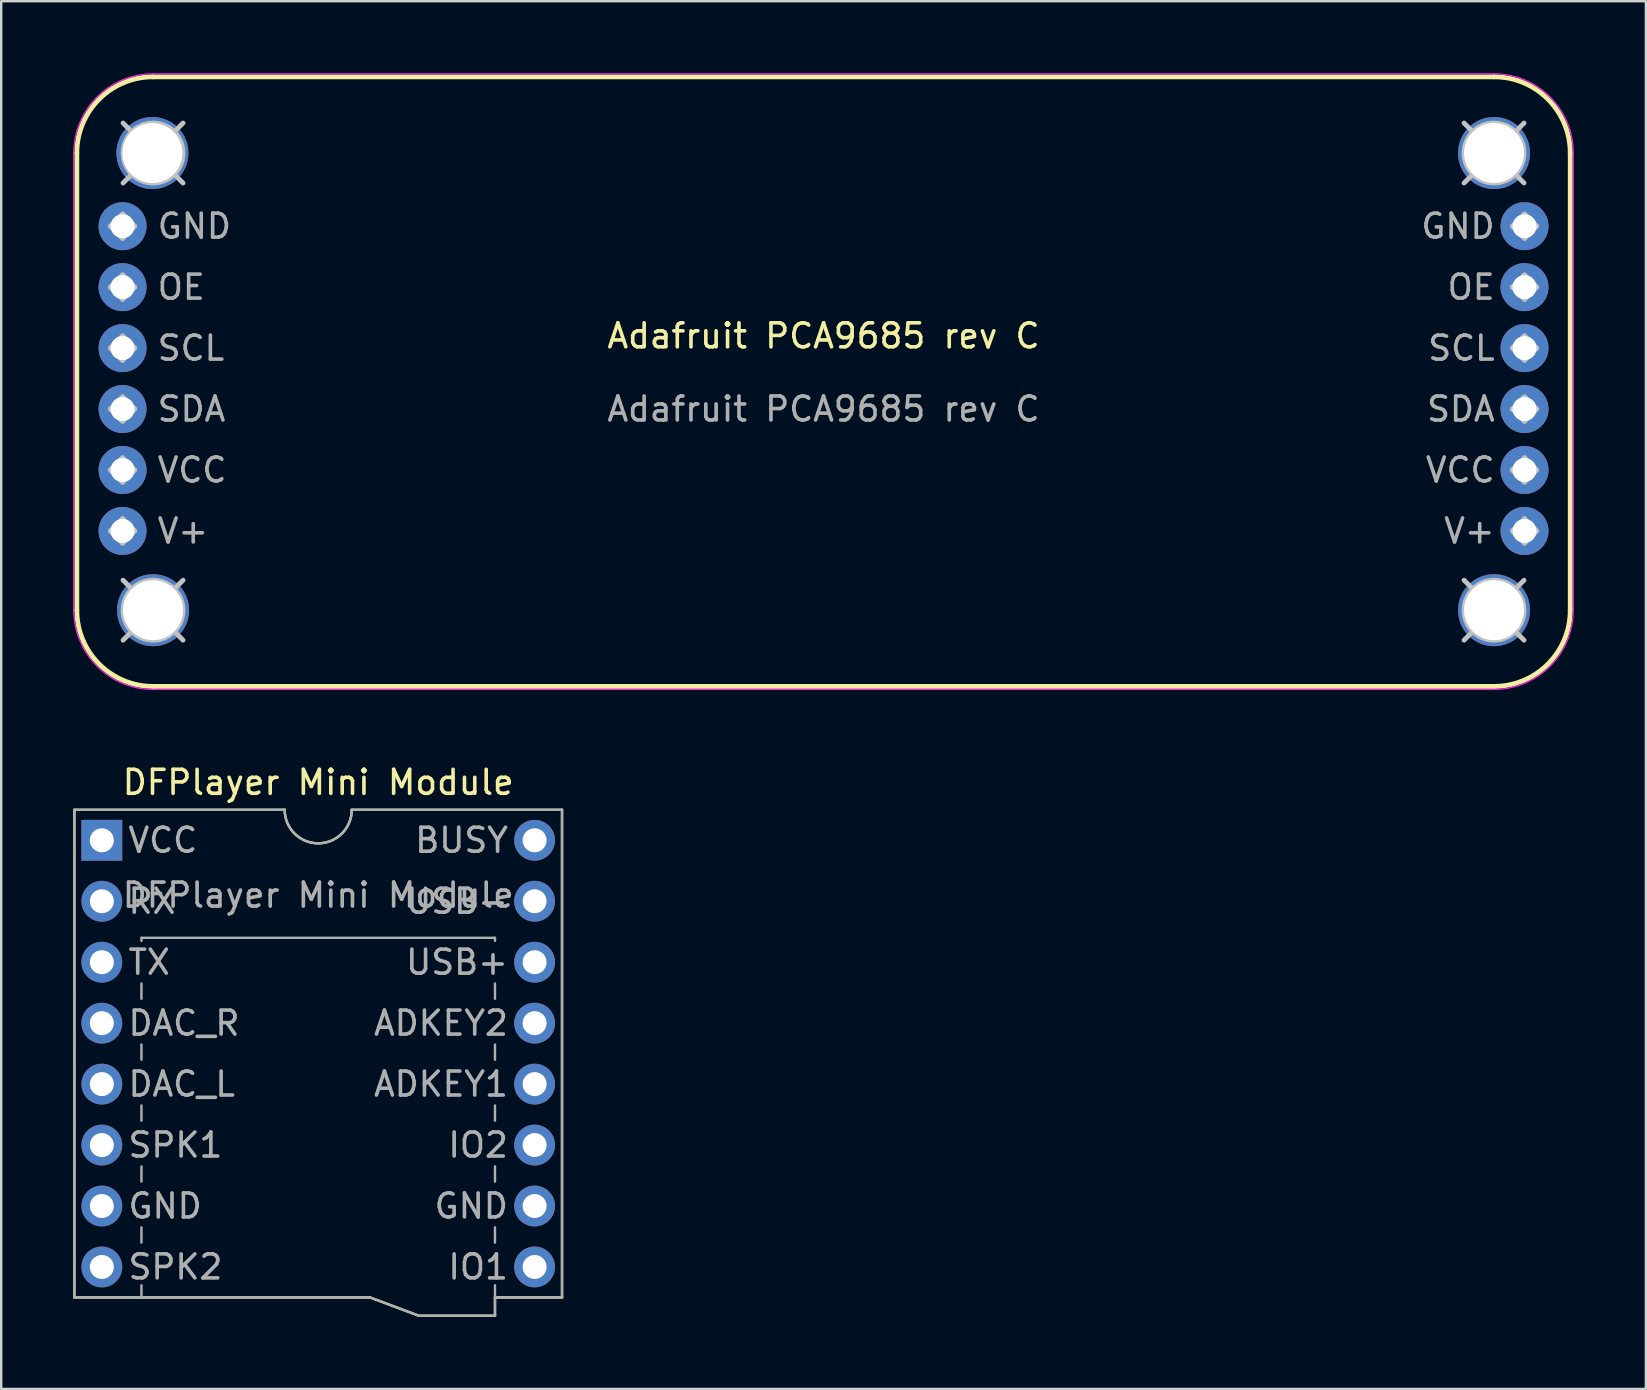
<source format=kicad_pcb>
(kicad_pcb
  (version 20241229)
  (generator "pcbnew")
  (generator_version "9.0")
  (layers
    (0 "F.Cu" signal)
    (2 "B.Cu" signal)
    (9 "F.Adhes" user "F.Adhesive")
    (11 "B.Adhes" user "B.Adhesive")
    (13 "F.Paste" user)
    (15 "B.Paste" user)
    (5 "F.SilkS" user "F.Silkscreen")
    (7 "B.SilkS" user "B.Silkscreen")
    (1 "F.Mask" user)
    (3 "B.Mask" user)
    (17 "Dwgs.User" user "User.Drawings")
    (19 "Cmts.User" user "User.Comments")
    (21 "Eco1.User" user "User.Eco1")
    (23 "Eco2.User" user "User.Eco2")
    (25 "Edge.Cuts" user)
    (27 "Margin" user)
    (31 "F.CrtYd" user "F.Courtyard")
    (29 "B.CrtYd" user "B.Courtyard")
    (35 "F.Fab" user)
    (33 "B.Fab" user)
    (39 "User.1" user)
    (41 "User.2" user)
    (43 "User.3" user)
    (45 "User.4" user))
  (footprint "Adafruit PCA9685 rev C"
    (layer "F.Cu")
    (at 3.327 22.377)
    (property "Reference" "Adafruit PCA9685 rev C" (at 27.94 -11.43 0) (unlocked yes) (layer "F.SilkS") (effects (font (size 1 1) (thickness 0.15))))
    (attr through_hole)
    (fp_line (start -3.175 0) (end -3.175 -19.05) (stroke (width 0.2) (type solid)) (layer "F.SilkS"))
    (fp_line (start 0 -22.225) (end 55.88 -22.225) (stroke (width 0.2) (type solid)) (layer "F.SilkS"))
    (fp_line (start 55.88 3.175) (end 0 3.175) (stroke (width 0.2) (type solid)) (layer "F.SilkS"))
    (fp_line (start 59.055 -19.05) (end 59.055 0) (stroke (width 0.2) (type solid)) (layer "F.SilkS"))
    (fp_arc (start -3.175 -19.0504) (mid -2.245064 -21.295464) (end 0 -22.2254) (stroke (width 0.2) (type solid)) (layer "F.SilkS"))
    (fp_arc (start 0 3.175) (mid -2.245064 2.245064) (end -3.175 0) (stroke (width 0.2) (type solid)) (layer "F.SilkS"))
    (fp_arc (start 55.88 -22.2254) (mid 58.125064 -21.295464) (end 59.055 -19.0504) (stroke (width 0.2) (type solid)) (layer "F.SilkS"))
    (fp_arc (start 59.055 0) (mid 58.125064 2.245064) (end 55.88 3.175) (stroke (width 0.2) (type solid)) (layer "F.SilkS"))
    (fp_line (start -1.778 -16.002) (end -1.27 -15.494) (stroke (width 0.2) (type solid)) (layer "Dwgs.User"))
    (fp_line (start -1.778 -13.462) (end -1.27 -12.954) (stroke (width 0.2) (type solid)) (layer "Dwgs.User"))
    (fp_line (start -1.778 -10.922) (end -1.27 -10.414) (stroke (width 0.2) (type solid)) (layer "Dwgs.User"))
    (fp_line (start -1.778 -8.382) (end -1.27 -7.874) (stroke (width 0.2) (type solid)) (layer "Dwgs.User"))
    (fp_line (start -1.778 -5.842) (end -1.27 -5.334) (stroke (width 0.2) (type solid)) (layer "Dwgs.User"))
    (fp_line (start -1.778 -3.302) (end -1.27 -2.794) (stroke (width 0.2) (type solid)) (layer "Dwgs.User"))
    (fp_line (start -1.27 -16.51) (end -1.778 -16.002) (stroke (width 0.2) (type solid)) (layer "Dwgs.User"))
    (fp_line (start -1.27 -15.494) (end -0.762 -16.002) (stroke (width 0.2) (type solid)) (layer "Dwgs.User"))
    (fp_line (start -1.27 -13.97) (end -1.778 -13.462) (stroke (width 0.2) (type solid)) (layer "Dwgs.User"))
    (fp_line (start -1.27 -12.954) (end -0.762 -13.462) (stroke (width 0.2) (type solid)) (layer "Dwgs.User"))
    (fp_line (start -1.27 -11.43) (end -1.778 -10.922) (stroke (width 0.2) (type solid)) (layer "Dwgs.User"))
    (fp_line (start -1.27 -10.414) (end -0.762 -10.922) (stroke (width 0.2) (type solid)) (layer "Dwgs.User"))
    (fp_line (start -1.27 -8.89) (end -1.778 -8.382) (stroke (width 0.2) (type solid)) (layer "Dwgs.User"))
    (fp_line (start -1.27 -7.874) (end -0.762 -8.382) (stroke (width 0.2) (type solid)) (layer "Dwgs.User"))
    (fp_line (start -1.27 -6.35) (end -1.778 -5.842) (stroke (width 0.2) (type solid)) (layer "Dwgs.User"))
    (fp_line (start -1.27 -5.334) (end -0.762 -5.842) (stroke (width 0.2) (type solid)) (layer "Dwgs.User"))
    (fp_line (start -1.27 -3.81) (end -1.778 -3.302) (stroke (width 0.2) (type solid)) (layer "Dwgs.User"))
    (fp_line (start -1.27 -2.794) (end -0.762 -3.302) (stroke (width 0.2) (type solid)) (layer "Dwgs.User"))
    (fp_line (start -1.25 -20.3) (end 1.25 -17.8) (stroke (width 0.2) (type solid)) (layer "Dwgs.User"))
    (fp_line (start -1.25 -1.25) (end 1.25 1.25) (stroke (width 0.2) (type solid)) (layer "Dwgs.User"))
    (fp_line (start -0.762 -16.002) (end -1.27 -16.51) (stroke (width 0.2) (type solid)) (layer "Dwgs.User"))
    (fp_line (start -0.762 -13.462) (end -1.27 -13.97) (stroke (width 0.2) (type solid)) (layer "Dwgs.User"))
    (fp_line (start -0.762 -10.922) (end -1.27 -11.43) (stroke (width 0.2) (type solid)) (layer "Dwgs.User"))
    (fp_line (start -0.762 -8.382) (end -1.27 -8.89) (stroke (width 0.2) (type solid)) (layer "Dwgs.User"))
    (fp_line (start -0.762 -5.842) (end -1.27 -6.35) (stroke (width 0.2) (type solid)) (layer "Dwgs.User"))
    (fp_line (start -0.762 -3.302) (end -1.27 -3.81) (stroke (width 0.2) (type solid)) (layer "Dwgs.User"))
    (fp_line (start 1.25 -20.3) (end -1.25 -17.8) (stroke (width 0.2) (type solid)) (layer "Dwgs.User"))
    (fp_line (start 1.25 -1.25) (end -1.25 1.25) (stroke (width 0.2) (type solid)) (layer "Dwgs.User"))
    (fp_line (start 54.63 -20.3) (end 57.13 -17.8) (stroke (width 0.2) (type solid)) (layer "Dwgs.User"))
    (fp_line (start 54.63 -1.25) (end 57.13 1.25) (stroke (width 0.2) (type solid)) (layer "Dwgs.User"))
    (fp_line (start 56.642 -16.002) (end 57.15 -15.494) (stroke (width 0.2) (type solid)) (layer "Dwgs.User"))
    (fp_line (start 56.642 -13.462) (end 57.15 -12.954) (stroke (width 0.2) (type solid)) (layer "Dwgs.User"))
    (fp_line (start 56.642 -10.922) (end 57.15 -10.414) (stroke (width 0.2) (type solid)) (layer "Dwgs.User"))
    (fp_line (start 56.642 -8.382) (end 57.15 -7.874) (stroke (width 0.2) (type solid)) (layer "Dwgs.User"))
    (fp_line (start 56.642 -5.842) (end 57.15 -5.334) (stroke (width 0.2) (type solid)) (layer "Dwgs.User"))
    (fp_line (start 56.642 -3.302) (end 57.15 -2.794) (stroke (width 0.2) (type solid)) (layer "Dwgs.User"))
    (fp_line (start 57.13 -20.3) (end 54.63 -17.8) (stroke (width 0.2) (type solid)) (layer "Dwgs.User"))
    (fp_line (start 57.13 -1.25) (end 54.63 1.25) (stroke (width 0.2) (type solid)) (layer "Dwgs.User"))
    (fp_line (start 57.15 -16.51) (end 56.642 -16.002) (stroke (width 0.2) (type solid)) (layer "Dwgs.User"))
    (fp_line (start 57.15 -15.494) (end 57.658 -16.002) (stroke (width 0.2) (type solid)) (layer "Dwgs.User"))
    (fp_line (start 57.15 -13.97) (end 56.642 -13.462) (stroke (width 0.2) (type solid)) (layer "Dwgs.User"))
    (fp_line (start 57.15 -12.954) (end 57.658 -13.462) (stroke (width 0.2) (type solid)) (layer "Dwgs.User"))
    (fp_line (start 57.15 -11.43) (end 56.642 -10.922) (stroke (width 0.2) (type solid)) (layer "Dwgs.User"))
    (fp_line (start 57.15 -10.414) (end 57.658 -10.922) (stroke (width 0.2) (type solid)) (layer "Dwgs.User"))
    (fp_line (start 57.15 -8.89) (end 56.642 -8.382) (stroke (width 0.2) (type solid)) (layer "Dwgs.User"))
    (fp_line (start 57.15 -7.874) (end 57.658 -8.382) (stroke (width 0.2) (type solid)) (layer "Dwgs.User"))
    (fp_line (start 57.15 -6.35) (end 56.642 -5.842) (stroke (width 0.2) (type solid)) (layer "Dwgs.User"))
    (fp_line (start 57.15 -5.334) (end 57.658 -5.842) (stroke (width 0.2) (type solid)) (layer "Dwgs.User"))
    (fp_line (start 57.15 -3.81) (end 56.642 -3.302) (stroke (width 0.2) (type solid)) (layer "Dwgs.User"))
    (fp_line (start 57.15 -2.794) (end 57.658 -3.302) (stroke (width 0.2) (type solid)) (layer "Dwgs.User"))
    (fp_line (start 57.658 -16.002) (end 57.15 -16.51) (stroke (width 0.2) (type solid)) (layer "Dwgs.User"))
    (fp_line (start 57.658 -13.462) (end 57.15 -13.97) (stroke (width 0.2) (type solid)) (layer "Dwgs.User"))
    (fp_line (start 57.658 -10.922) (end 57.15 -11.43) (stroke (width 0.2) (type solid)) (layer "Dwgs.User"))
    (fp_line (start 57.658 -8.382) (end 57.15 -8.89) (stroke (width 0.2) (type solid)) (layer "Dwgs.User"))
    (fp_line (start 57.658 -5.842) (end 57.15 -6.35) (stroke (width 0.2) (type solid)) (layer "Dwgs.User"))
    (fp_line (start 57.658 -3.302) (end 57.15 -3.81) (stroke (width 0.2) (type solid)) (layer "Dwgs.User"))
    (fp_circle (center 0 -19.05) (end 1.25 -19.05) (stroke (width 0.2) (type solid)) (fill no) (layer "Dwgs.User"))
    (fp_circle (center 0 0) (end 1.25 0) (stroke (width 0.2) (type solid)) (fill no) (layer "Dwgs.User"))
    (fp_circle (center 55.88 -19.05) (end 57.13 -19.05) (stroke (width 0.2) (type solid)) (fill no) (layer "Dwgs.User"))
    (fp_circle (center 55.88 0) (end 57.13 0) (stroke (width 0.2) (type solid)) (fill no) (layer "Dwgs.User"))
    (fp_line (start -3.302 0) (end -3.302 -19.05) (stroke (width 0.05) (type solid)) (layer "F.CrtYd"))
    (fp_line (start 0 -22.352) (end 55.88 -22.352) (stroke (width 0.05) (type solid)) (layer "F.CrtYd"))
    (fp_line (start 55.88 3.302) (end 0 3.302) (stroke (width 0.05) (type solid)) (layer "F.CrtYd"))
    (fp_line (start 59.182 -19.05) (end 59.182 0) (stroke (width 0.05) (type solid)) (layer "F.CrtYd"))
    (fp_arc (start -3.302 -19.05) (mid -2.334867 -21.384867) (end 0 -22.352) (stroke (width 0.05) (type solid)) (layer "F.CrtYd"))
    (fp_arc (start 0 3.302) (mid -2.334867 2.334867) (end -3.302 0) (stroke (width 0.05) (type solid)) (layer "F.CrtYd"))
    (fp_arc (start 55.88 -22.352) (mid 58.214867 -21.384867) (end 59.182 -19.05) (stroke (width 0.05) (type solid)) (layer "F.CrtYd"))
    (fp_arc (start 59.182 0) (mid 58.214867 2.334867) (end 55.88 3.302) (stroke (width 0.05) (type solid)) (layer "F.CrtYd"))
    (fp_text user "SDA" (at 56 -8.38 0) (unlocked yes) (layer "F.Fab") (effects (font (size 1 1) (thickness 0.15)) (justify right)))
    (fp_text user "OE" (at 56 -13.46 0) (unlocked yes) (layer "F.Fab") (effects (font (size 1 1) (thickness 0.15)) (justify right)))
    (fp_text user "V+" (at 56 -3.3 0) (unlocked yes) (layer "F.Fab") (effects (font (size 1 1) (thickness 0.15)) (justify right)))
    (fp_text user "SCL" (at 56 -10.92 0) (unlocked yes) (layer "F.Fab") (effects (font (size 1 1) (thickness 0.15)) (justify right)))
    (fp_text user "VCC" (at 56 -5.84 0) (unlocked yes) (layer "F.Fab") (effects (font (size 1 1) (thickness 0.15)) (justify right)))
    (fp_text user "GND" (at 56 -16 0) (unlocked yes) (layer "F.Fab") (effects (font (size 1 1) (thickness 0.15)) (justify right)))
    (fp_text user "VCC" (at 0.1 -5.84 0) (unlocked yes) (layer "F.Fab") (effects (font (size 1 1) (thickness 0.15)) (justify left)))
    (fp_text user "SCL" (at 0.1 -10.92 0) (unlocked yes) (layer "F.Fab") (effects (font (size 1 1) (thickness 0.15)) (justify left)))
    (fp_text user "OE" (at 0.1 -13.46 0) (unlocked yes) (layer "F.Fab") (effects (font (size 1 1) (thickness 0.15)) (justify left)))
    (fp_text user "SDA" (at 0.1 -8.38 0) (unlocked yes) (layer "F.Fab") (effects (font (size 1 1) (thickness 0.15)) (justify left)))
    (fp_text user "GND" (at 0.1 -16 0) (unlocked yes) (layer "F.Fab") (effects (font (size 1 1) (thickness 0.15)) (justify left)))
    (fp_text user "V+" (at 0.1 -3.3 0) (unlocked yes) (layer "F.Fab") (effects (font (size 1 1) (thickness 0.15)) (justify left)))
    (fp_text user "${REFERENCE}" (at 27.94 -8.382 0) (unlocked yes) (layer "F.Fab") (effects (font (size 1 1) (thickness 0.15))))
    (pad "" np_thru_hole circle (at -0.025 -19.05) (size 3 3) (drill 2.5) (layers "*.Cu" "*.Mask"))
    (pad "" np_thru_hole circle (at 0 0) (size 3 3) (drill 2.5) (layers "*.Cu" "*.Mask"))
    (pad "" np_thru_hole circle (at 55.88 -19.05) (size 3 3) (drill 2.5) (layers "*.Cu" "*.Mask"))
    (pad "" np_thru_hole circle (at 55.88 0) (size 3 3) (drill 2.5) (layers "*.Cu" "*.Mask"))
    (pad "1" thru_hole circle (at -1.27 -3.302) (size 2 2) (drill 1) (layers "*.Cu" "*.Mask"))
    (pad "2" thru_hole circle (at -1.27 -5.842) (size 2 2) (drill 1) (layers "*.Cu" "*.Mask"))
    (pad "3" thru_hole circle (at -1.27 -8.382) (size 2 2) (drill 1) (layers "*.Cu" "*.Mask"))
    (pad "4" thru_hole circle (at -1.27 -10.922) (size 2 2) (drill 1) (layers "*.Cu" "*.Mask"))
    (pad "5" thru_hole circle (at -1.27 -13.462) (size 2 2) (drill 1) (layers "*.Cu" "*.Mask"))
    (pad "6" thru_hole circle (at -1.27 -16.002) (size 2 2) (drill 1) (layers "*.Cu" "*.Mask"))
    (pad "7" thru_hole circle (at 57.15 -16.002) (size 2 2) (drill 1) (layers "*.Cu" "*.Mask"))
    (pad "8" thru_hole circle (at 57.15 -13.462) (size 2 2) (drill 1) (layers "*.Cu" "*.Mask"))
    (pad "9" thru_hole circle (at 57.15 -10.922) (size 2 2) (drill 1) (layers "*.Cu" "*.Mask"))
    (pad "10" thru_hole circle (at 57.15 -8.382) (size 2 2) (drill 1) (layers "*.Cu" "*.Mask"))
    (pad "11" thru_hole circle (at 57.15 -5.842) (size 2 2) (drill 1) (layers "*.Cu" "*.Mask"))
    (pad "12" thru_hole circle (at 57.15 -3.302) (size 2 2) (drill 1) (layers "*.Cu" "*.Mask")))
  (footprint "DFPlayer Mini Module"
    (layer "F.Cu")
    (at 1.193 31.965)
    (property "Reference" "DFPlayer Mini Module" (at 9.017 -2.413 0) (unlocked yes) (layer "F.SilkS") (effects (font (size 1 1) (thickness 0.15))))
    (attr through_hole)
    (fp_line (start -1.143 -1.27) (end 7.62 -1.27) (stroke (width 0.1) (type default)) (layer "F.SilkS"))
    (fp_line (start -1.143 19.05) (end -1.143 -1.27) (stroke (width 0.1) (type default)) (layer "F.SilkS"))
    (fp_line (start 1.651 19.05) (end -1.143 19.05) (stroke (width 0.1) (type default)) (layer "F.SilkS"))
    (fp_line (start 10.414 -1.27) (end 19.177 -1.27) (stroke (width 0.1) (type default)) (layer "F.SilkS"))
    (fp_line (start 11.176 19.05) (end 1.651 19.05) (stroke (width 0.1) (type default)) (layer "F.SilkS"))
    (fp_line (start 11.176 19.05) (end 13.208 19.812) (stroke (width 0.1) (type default)) (layer "F.SilkS"))
    (fp_line (start 13.208 19.812) (end 16.383 19.812) (stroke (width 0.1) (type default)) (layer "F.SilkS"))
    (fp_line (start 16.383 19.812) (end 16.383 19.05) (stroke (width 0.1) (type default)) (layer "F.SilkS"))
    (fp_line (start 19.177 -1.27) (end 19.177 19.05) (stroke (width 0.1) (type default)) (layer "F.SilkS"))
    (fp_line (start 19.177 19.05) (end 16.383 19.05) (stroke (width 0.1) (type default)) (layer "F.SilkS"))
    (fp_arc (start 10.414 -1.27) (mid 9.017 0.127) (end 7.62 -1.27) (stroke (width 0.1) (type default)) (layer "F.SilkS"))
    (fp_line (start -1.143 -1.27) (end 7.62 -1.27) (stroke (width 0.1) (type default)) (layer "F.Fab"))
    (fp_line (start -1.143 19.05) (end -1.143 -1.27) (stroke (width 0.1) (type default)) (layer "F.Fab"))
    (fp_line (start 1.651 4.064) (end 16.383 4.064) (stroke (width 0.1) (type default)) (layer "F.Fab"))
    (fp_line (start 1.651 4.191) (end 1.651 4.064) (stroke (width 0.1) (type default)) (layer "F.Fab"))
    (fp_line (start 1.651 6.604) (end 1.651 5.969) (stroke (width 0.1) (type default)) (layer "F.Fab"))
    (fp_line (start 1.651 9.144) (end 1.651 8.509) (stroke (width 0.1) (type default)) (layer "F.Fab"))
    (fp_line (start 1.651 11.684) (end 1.651 11.049) (stroke (width 0.1) (type default)) (layer "F.Fab"))
    (fp_line (start 1.651 14.224) (end 1.651 13.589) (stroke (width 0.1) (type default)) (layer "F.Fab"))
    (fp_line (start 1.651 16.764) (end 1.651 16.129) (stroke (width 0.1) (type default)) (layer "F.Fab"))
    (fp_line (start 1.651 19.05) (end -1.143 19.05) (stroke (width 0.1) (type default)) (layer "F.Fab"))
    (fp_line (start 1.651 19.05) (end 1.651 18.542) (stroke (width 0.1) (type default)) (layer "F.Fab"))
    (fp_line (start 10.414 -1.27) (end 19.177 -1.27) (stroke (width 0.1) (type default)) (layer "F.Fab"))
    (fp_line (start 11.176 19.05) (end 1.651 19.05) (stroke (width 0.1) (type default)) (layer "F.Fab"))
    (fp_line (start 11.176 19.05) (end 13.208 19.812) (stroke (width 0.1) (type default)) (layer "F.Fab"))
    (fp_line (start 13.208 19.812) (end 16.383 19.812) (stroke (width 0.1) (type default)) (layer "F.Fab"))
    (fp_line (start 16.383 4.191) (end 16.383 4.064) (stroke (width 0.1) (type default)) (layer "F.Fab"))
    (fp_line (start 16.383 6.604) (end 16.383 5.969) (stroke (width 0.1) (type default)) (layer "F.Fab"))
    (fp_line (start 16.383 9.144) (end 16.383 8.509) (stroke (width 0.1) (type default)) (layer "F.Fab"))
    (fp_line (start 16.383 11.684) (end 16.383 11.049) (stroke (width 0.1) (type default)) (layer "F.Fab"))
    (fp_line (start 16.383 14.224) (end 16.383 13.589) (stroke (width 0.1) (type default)) (layer "F.Fab"))
    (fp_line (start 16.383 16.764) (end 16.383 16.129) (stroke (width 0.1) (type default)) (layer "F.Fab"))
    (fp_line (start 16.383 18.542) (end 16.383 19.05) (stroke (width 0.1) (type default)) (layer "F.Fab"))
    (fp_line (start 16.383 19.812) (end 16.383 19.05) (stroke (width 0.1) (type default)) (layer "F.Fab"))
    (fp_line (start 19.177 -1.27) (end 19.177 19.05) (stroke (width 0.1) (type default)) (layer "F.Fab"))
    (fp_line (start 19.177 19.05) (end 16.383 19.05) (stroke (width 0.1) (type default)) (layer "F.Fab"))
    (fp_arc (start 10.414 -1.27) (mid 9.017 0.127) (end 7.62 -1.27) (stroke (width 0.1) (type default)) (layer "F.Fab"))
    (fp_text user "RX" (at 1.016 2.54 0) (unlocked yes) (layer "F.Fab") (effects (font (size 1 1) (thickness 0.15)) (justify left)))
    (fp_text user "IO1" (at 17.018 17.78 0) (unlocked yes) (layer "F.Fab") (effects (font (size 1 1) (thickness 0.15)) (justify right)))
    (fp_text user "ADKEY1" (at 17.018 10.16 0) (unlocked yes) (layer "F.Fab") (effects (font (size 1 1) (thickness 0.15)) (justify right)))
    (fp_text user "DAC_R" (at 1.016 7.62 0) (unlocked yes) (layer "F.Fab") (effects (font (size 1 1) (thickness 0.15)) (justify left)))
    (fp_text user "IO2" (at 17.018 12.7 0) (unlocked yes) (layer "F.Fab") (effects (font (size 1 1) (thickness 0.15)) (justify right)))
    (fp_text user "SPK1" (at 1.016 12.7 0) (unlocked yes) (layer "F.Fab") (effects (font (size 1 1) (thickness 0.15)) (justify left)))
    (fp_text user "ADKEY2" (at 17.018 7.62 0) (unlocked yes) (layer "F.Fab") (effects (font (size 1 1) (thickness 0.15)) (justify right)))
    (fp_text user "USB+" (at 17.018 5.08 0) (unlocked yes) (layer "F.Fab") (effects (font (size 1 1) (thickness 0.15)) (justify right)))
    (fp_text user "GND" (at 17.018 15.24 0) (unlocked yes) (layer "F.Fab") (effects (font (size 1 1) (thickness 0.15)) (justify right)))
    (fp_text user "GND" (at 1.016 15.24 0) (unlocked yes) (layer "F.Fab") (effects (font (size 1 1) (thickness 0.15)) (justify left)))
    (fp_text user "DAC_L" (at 1.016 10.16 0) (unlocked yes) (layer "F.Fab") (effects (font (size 1 1) (thickness 0.15)) (justify left)))
    (fp_text user "SPK2" (at 1.016 17.78 0) (unlocked yes) (layer "F.Fab") (effects (font (size 1 1) (thickness 0.15)) (justify left)))
    (fp_text user "${REFERENCE}" (at 9.017 2.286 0) (unlocked yes) (layer "F.Fab") (effects (font (size 1 1) (thickness 0.15))))
    (fp_text user "VCC" (at 1.016 0 0) (unlocked yes) (layer "F.Fab") (effects (font (size 1 1) (thickness 0.15)) (justify left)))
    (fp_text user "BUSY" (at 17.018 0 0) (unlocked yes) (layer "F.Fab") (effects (font (size 1 1) (thickness 0.15)) (justify right)))
    (fp_text user "TX" (at 1.016 5.08 0) (unlocked yes) (layer "F.Fab") (effects (font (size 1 1) (thickness 0.15)) (justify left)))
    (fp_text user "USB-" (at 17.018 2.54 0) (unlocked yes) (layer "F.Fab") (effects (font (size 1 1) (thickness 0.15)) (justify right)))
    (pad "1" thru_hole rect (at 0 0 270) (size 1.7 1.7) (drill 1) (layers "*.Cu" "*.Mask"))
    (pad "2" thru_hole circle (at 0 2.54 270) (size 1.7 1.7) (drill 1) (layers "*.Cu" "*.Mask"))
    (pad "3" thru_hole circle (at 0 5.08 270) (size 1.7 1.7) (drill 1) (layers "*.Cu" "*.Mask"))
    (pad "4" thru_hole circle (at 0 7.62 270) (size 1.7 1.7) (drill 1) (layers "*.Cu" "*.Mask"))
    (pad "5" thru_hole circle (at 0 10.16 270) (size 1.7 1.7) (drill 1) (layers "*.Cu" "*.Mask"))
    (pad "6" thru_hole circle (at 0 12.7 270) (size 1.7 1.7) (drill 1) (layers "*.Cu" "*.Mask"))
    (pad "7" thru_hole circle (at 0 15.24 270) (size 1.7 1.7) (drill 1) (layers "*.Cu" "*.Mask"))
    (pad "8" thru_hole circle (at 0 17.78 270) (size 1.7 1.7) (drill 1) (layers "*.Cu" "*.Mask"))
    (pad "9" thru_hole circle (at 18.034 17.78 270) (size 1.7 1.7) (drill 1) (layers "*.Cu" "*.Mask"))
    (pad "10" thru_hole circle (at 18.034 15.24 270) (size 1.7 1.7) (drill 1) (layers "*.Cu" "*.Mask"))
    (pad "11" thru_hole circle (at 18.034 12.7 270) (size 1.7 1.7) (drill 1) (layers "*.Cu" "*.Mask"))
    (pad "12" thru_hole circle (at 18.034 10.16 270) (size 1.7 1.7) (drill 1) (layers "*.Cu" "*.Mask"))
    (pad "13" thru_hole circle (at 18.034 7.62 270) (size 1.7 1.7) (drill 1) (layers "*.Cu" "*.Mask"))
    (pad "14" thru_hole circle (at 18.034 5.08 270) (size 1.7 1.7) (drill 1) (layers "*.Cu" "*.Mask"))
    (pad "15" thru_hole circle (at 18.034 2.54 270) (size 1.7 1.7) (drill 1) (layers "*.Cu" "*.Mask"))
    (pad "16" thru_hole circle (at 18.034 0 270) (size 1.7 1.7) (drill 1) (layers "*.Cu" "*.Mask")))
  (gr_rect
    (start -3 -3)
    (end 65.534 54.827)
    (stroke (width 0.1) (type default))
    (fill no)
    (layer "Edge.Cuts")))
</source>
